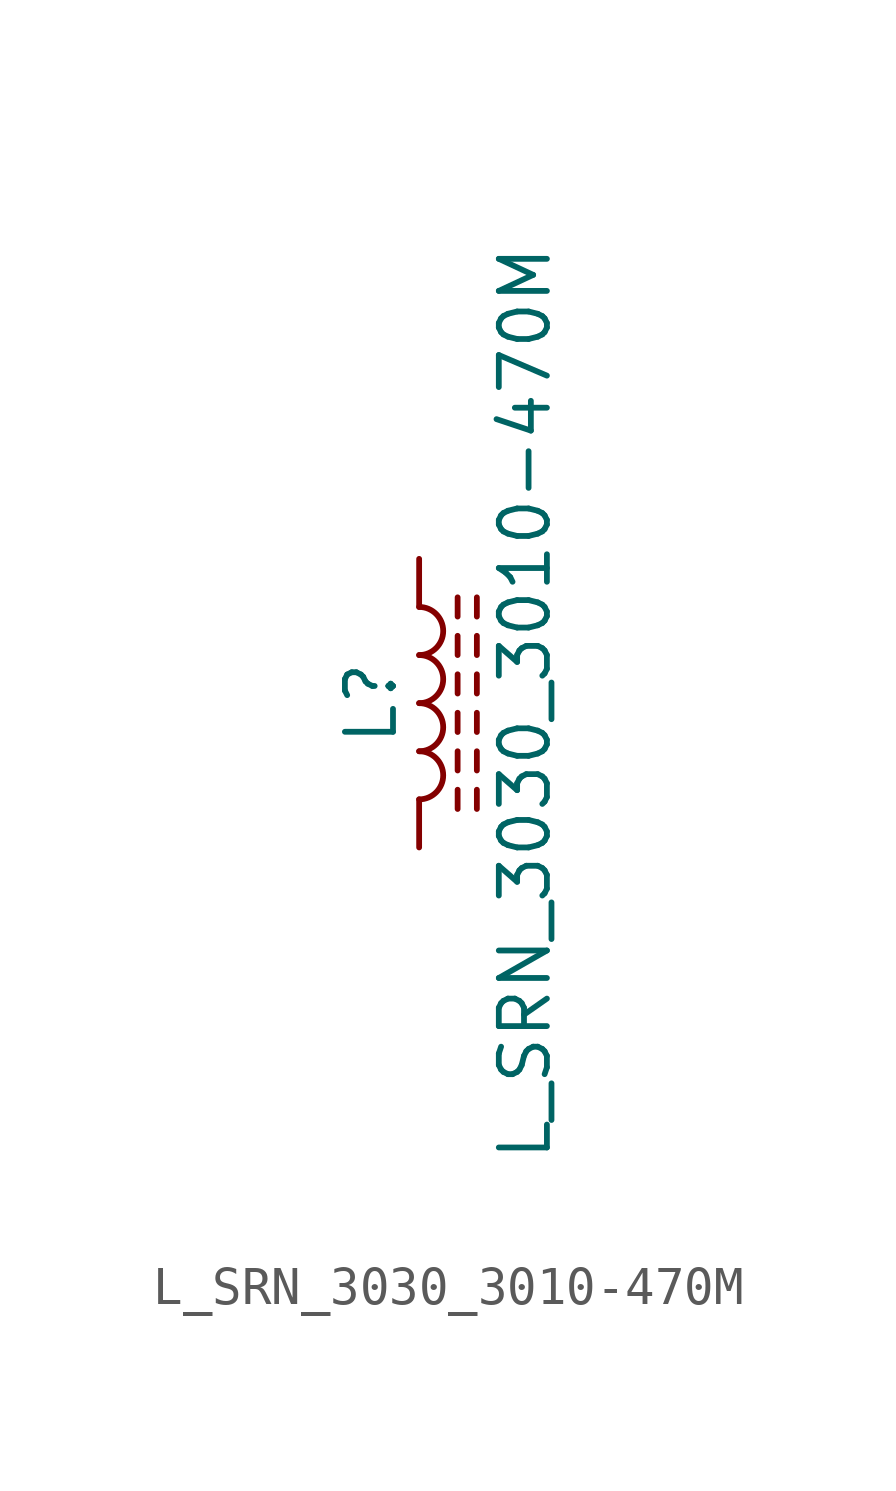
<source format=kicad_sym>
(kicad_symbol_lib
  (version 20211014)
  (generator kicad_symbol_editor)
  (symbol "L_SRN_3030_3010-470M"
    (pin_numbers hide)
    (pin_names
      (offset 1.016) hide)
    (property "Reference" "L"
      (at -1.27 0 90)
      (effects (font (size 1.27 1.27))))
    (property "Value" "L_SRN_3030_3010-470M"
      (at 2.794 0 90)
      (effects (font (size 1.27 1.27))))
    (symbol "L_SRN_3030_3010-470M_0_1"
      (arc (start 0 -2.54) (mid 0.635 -1.905) (end 0 -1.27) (stroke (width 0) (type default) (color 0 0 0 0)) (fill (type none)))
      (arc (start 0 -1.27) (mid 0.635 -0.635) (end 0 0) (stroke (width 0) (type default) (color 0 0 0 0)) (fill (type none)))
      (polyline (pts (xy 1.016 -2.794) (xy 1.016 -2.286)) (stroke (width 0) (type default) (color 0 0 0 0)) (fill (type none)))
      (polyline (pts (xy 1.016 -1.778) (xy 1.016 -1.27)) (stroke (width 0) (type default) (color 0 0 0 0)) (fill (type none)))
      (polyline (pts (xy 1.016 -0.762) (xy 1.016 -0.254)) (stroke (width 0) (type default) (color 0 0 0 0)) (fill (type none)))
      (polyline (pts (xy 1.016 0.254) (xy 1.016 0.762)) (stroke (width 0) (type default) (color 0 0 0 0)) (fill (type none)))
      (polyline (pts (xy 1.016 1.27) (xy 1.016 1.778)) (stroke (width 0) (type default) (color 0 0 0 0)) (fill (type none)))
      (polyline (pts (xy 1.016 2.286) (xy 1.016 2.794)) (stroke (width 0) (type default) (color 0 0 0 0)) (fill (type none)))
      (polyline (pts (xy 1.524 -2.286) (xy 1.524 -2.794)) (stroke (width 0) (type default) (color 0 0 0 0)) (fill (type none)))
      (polyline (pts (xy 1.524 -1.27) (xy 1.524 -1.778)) (stroke (width 0) (type default) (color 0 0 0 0)) (fill (type none)))
      (polyline (pts (xy 1.524 -0.254) (xy 1.524 -0.762)) (stroke (width 0) (type default) (color 0 0 0 0)) (fill (type none)))
      (polyline (pts (xy 1.524 0.762) (xy 1.524 0.254)) (stroke (width 0) (type default) (color 0 0 0 0)) (fill (type none)))
      (polyline (pts (xy 1.524 1.778) (xy 1.524 1.27)) (stroke (width 0) (type default) (color 0 0 0 0)) (fill (type none)))
      (polyline (pts (xy 1.524 2.794) (xy 1.524 2.286)) (stroke (width 0) (type default) (color 0 0 0 0)) (fill (type none)))
      (arc (start 0 0) (mid 0.635 0.635) (end 0 1.27) (stroke (width 0) (type default) (color 0 0 0 0)) (fill (type none)))
      (arc (start 0 1.27) (mid 0.635 1.905) (end 0 2.54) (stroke (width 0) (type default) (color 0 0 0 0)) (fill (type none))))
    (symbol "L_SRN_3030_3010-470M_1_1"
      (pin passive line (at 0 3.81 270) (length 1.27) (name "1" (effects (font (size 1.27 1.27)))) (number "1" (effects (font (size 1.27 1.27)))))
      (pin passive line (at 0 -3.81 90) (length 1.27) (name "2" (effects (font (size 1.27 1.27)))) (number "2" (effects (font (size 1.27 1.27))))))))
</source>
